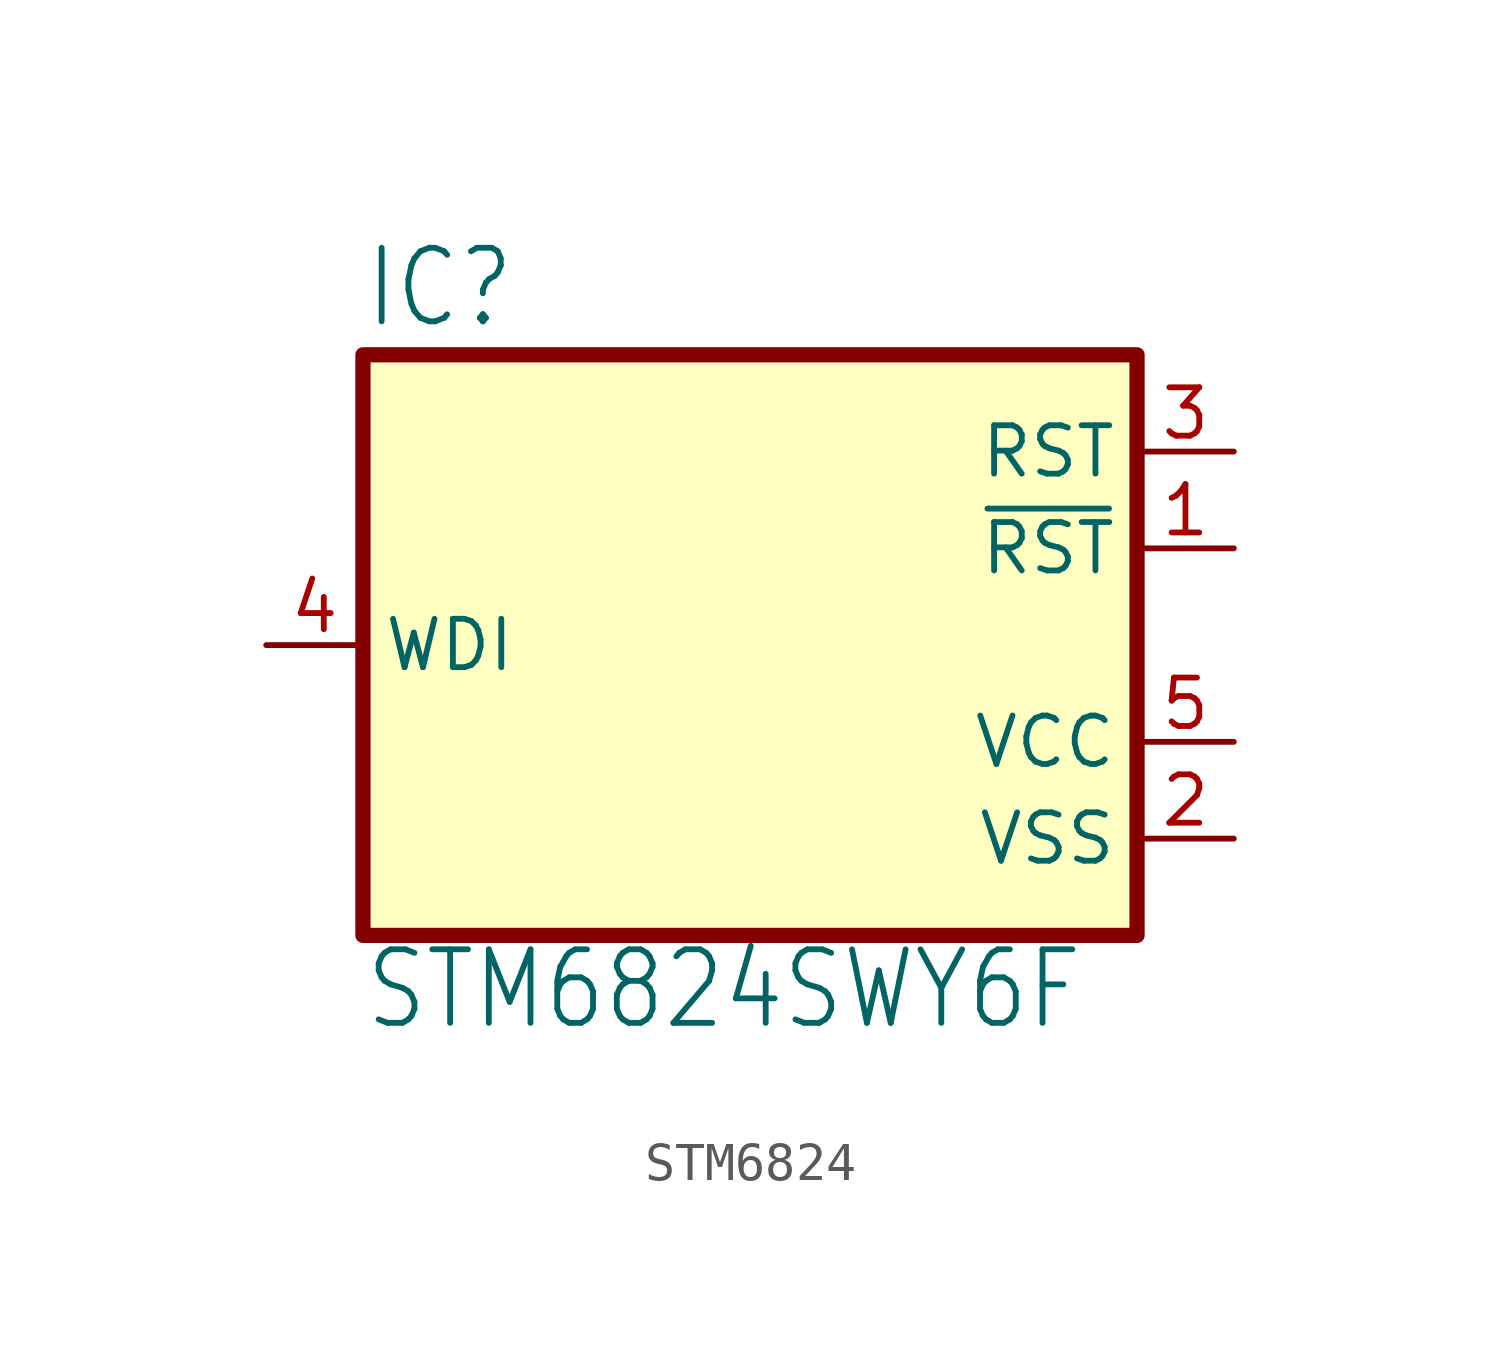
<source format=kicad_sym>
(kicad_symbol_lib
  (version 20220914)
  (generator kicad_symbol_editor)
  (symbol "STM6824"
    (property "Reference" "IC"
      (at -10.16 8.255 0)
      (effects (font (size 1.93 1.641)) (justify left bottom)))
    (property "Value" "STM6824SWY6F"
      (at -10.16 -10.16 0)
      (effects (font (size 1.93 1.641)) (justify left bottom)))
    (symbol "STM6824_1_0"
      (pin output line (at 12.7 2.54 180) (length 2.54) (name "~{RST}" (effects (font (size 1.27 1.27)))) (number "1" (effects (font (size 1.27 1.27)))))
      (pin power_in line (at 12.7 -5.08 180) (length 2.54) (name "VSS" (effects (font (size 1.27 1.27)))) (number "2" (effects (font (size 1.27 1.27)))))
      (pin output line (at 12.7 5.08 180) (length 2.54) (name "RST" (effects (font (size 1.27 1.27)))) (number "3" (effects (font (size 1.27 1.27)))))
      (pin input line (at -12.7 0 0) (length 2.54) (name "WDI" (effects (font (size 1.27 1.27)))) (number "4" (effects (font (size 1.27 1.27)))))
      (pin power_in line (at 12.7 -2.54 180) (length 2.54) (name "VCC" (effects (font (size 1.27 1.27)))) (number "5" (effects (font (size 1.27 1.27))))))
    (symbol "STM6824_1_1"
      (rectangle (start -10.16 7.62) (end 10.16 -7.62) (stroke (width 0.4) (type default)) (fill (type background))))))
</source>
